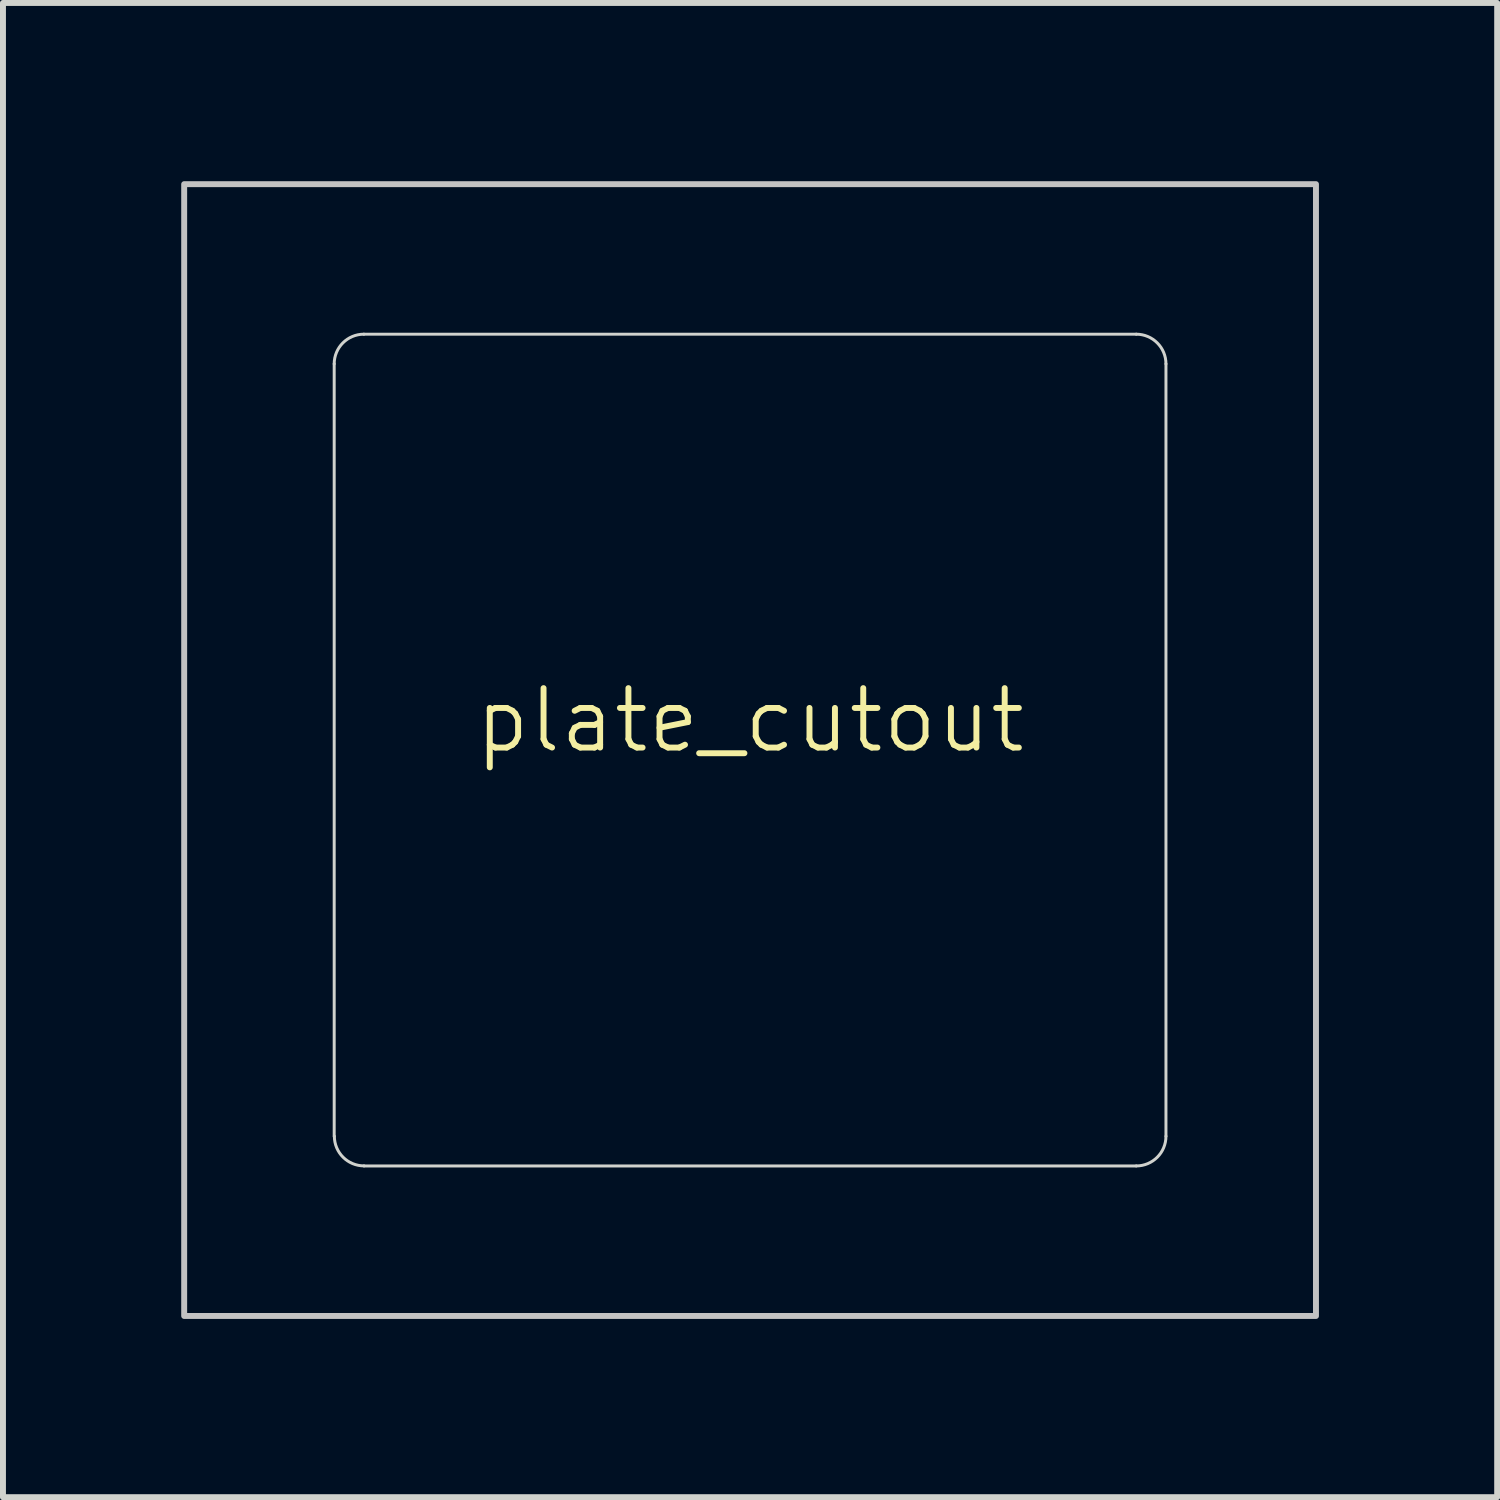
<source format=kicad_pcb>
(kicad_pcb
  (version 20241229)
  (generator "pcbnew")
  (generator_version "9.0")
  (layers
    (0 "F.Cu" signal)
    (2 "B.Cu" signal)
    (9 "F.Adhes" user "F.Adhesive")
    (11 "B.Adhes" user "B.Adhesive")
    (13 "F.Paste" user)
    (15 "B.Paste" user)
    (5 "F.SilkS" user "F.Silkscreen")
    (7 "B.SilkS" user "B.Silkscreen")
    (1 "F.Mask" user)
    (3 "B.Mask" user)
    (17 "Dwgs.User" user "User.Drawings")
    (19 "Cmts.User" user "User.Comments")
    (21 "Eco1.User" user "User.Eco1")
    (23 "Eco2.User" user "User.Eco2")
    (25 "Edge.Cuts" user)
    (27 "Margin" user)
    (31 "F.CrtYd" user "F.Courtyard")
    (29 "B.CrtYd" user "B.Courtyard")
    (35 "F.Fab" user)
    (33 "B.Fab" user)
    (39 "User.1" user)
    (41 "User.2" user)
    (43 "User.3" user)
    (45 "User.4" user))
  (footprint "plate_cutout"
    (layer "F.Cu")
    (at 9.575 9.575)
    (property "Reference" "plate_cutout" (at 0 -0.5 0) (unlocked yes) (layer "F.SilkS") (effects (font (size 1 1) (thickness 0.1))))
    (attr exclude_from_pos_files exclude_from_bom allow_missing_courtyard)
    (fp_line (start -7 -6.5) (end -7 6.5) (stroke (width 1.1) (type solid)) (layer "F.Mask"))
    (fp_line (start -6.5 7) (end 6.5 7) (stroke (width 1.1) (type solid)) (layer "F.Mask"))
    (fp_line (start 6.5 -7) (end -6.5 -7) (stroke (width 1.1) (type solid)) (layer "F.Mask"))
    (fp_line (start 7 6.5) (end 7 -6.5) (stroke (width 1.1) (type solid)) (layer "F.Mask"))
    (fp_arc (start -7 -6.5) (mid -6.853554 -6.853554) (end -6.5 -7) (stroke (width 1.1) (type solid)) (layer "F.Mask"))
    (fp_arc (start -6.497236 6.998884) (mid -6.85079 6.852438) (end -6.997236 6.498884) (stroke (width 1.1) (type solid)) (layer "F.Mask"))
    (fp_arc (start 6.5 -7) (mid 6.853554 -6.853554) (end 7 -6.5) (stroke (width 1.1) (type solid)) (layer "F.Mask"))
    (fp_arc (start 7 6.5) (mid 6.853554 6.853554) (end 6.5 7) (stroke (width 1.1) (type solid)) (layer "F.Mask"))
    (fp_line (start -7 6.5) (end -7 -6.5) (stroke (width 1.1) (type solid)) (layer "B.Mask"))
    (fp_line (start -6.5 -7) (end 6.5 -7) (stroke (width 1.1) (type solid)) (layer "B.Mask"))
    (fp_line (start 6.5 7) (end -6.5 7) (stroke (width 1.1) (type solid)) (layer "B.Mask"))
    (fp_line (start 7 -6.5) (end 7 6.5) (stroke (width 1.1) (type solid)) (layer "B.Mask"))
    (fp_arc (start -7 -6.5) (mid -6.853553 -6.853553) (end -6.5 -7) (stroke (width 1.1) (type solid)) (layer "B.Mask"))
    (fp_arc (start -6.5 7) (mid -6.853553 6.853553) (end -7 6.5) (stroke (width 1.1) (type solid)) (layer "B.Mask"))
    (fp_arc (start 6.5 -7) (mid 6.853554 -6.853554) (end 7 -6.5) (stroke (width 1.1) (type solid)) (layer "B.Mask"))
    (fp_arc (start 6.997236 6.498884) (mid 6.85079 6.852438) (end 6.497236 6.998884) (stroke (width 1.1) (type solid)) (layer "B.Mask"))
    (fp_rect (start -9.525 -9.525) (end 9.525 9.525) (stroke (width 0.1) (type solid)) (fill no) (layer "Dwgs.User"))
    (fp_line (start -7 -6.5) (end -7 6.5) (stroke (width 0.05) (type solid)) (layer "Edge.Cuts"))
    (fp_line (start -6.5 7) (end 6.5 7) (stroke (width 0.05) (type solid)) (layer "Edge.Cuts"))
    (fp_line (start 6.5 -7) (end -6.5 -7) (stroke (width 0.05) (type solid)) (layer "Edge.Cuts"))
    (fp_line (start 7 6.5) (end 7 -6.5) (stroke (width 0.05) (type solid)) (layer "Edge.Cuts"))
    (fp_arc (start -7 -6.5) (mid -6.853553 -6.853553) (end -6.5 -7) (stroke (width 0.05) (type solid)) (layer "Edge.Cuts"))
    (fp_arc (start -6.497236 6.998884) (mid -6.850789 6.852437) (end -6.997236 6.498884) (stroke (width 0.05) (type solid)) (layer "Edge.Cuts"))
    (fp_arc (start 6.5 -7) (mid 6.853554 -6.853554) (end 7 -6.5) (stroke (width 0.05) (type solid)) (layer "Edge.Cuts"))
    (fp_arc (start 7 6.5) (mid 6.853554 6.853554) (end 6.5 7) (stroke (width 0.05) (type solid)) (layer "Edge.Cuts")))
  (gr_rect
    (start -3 -3)
    (end 22.15 22.15)
    (stroke (width 0.1) (type default))
    (fill no)
    (layer "Edge.Cuts")))
</source>
